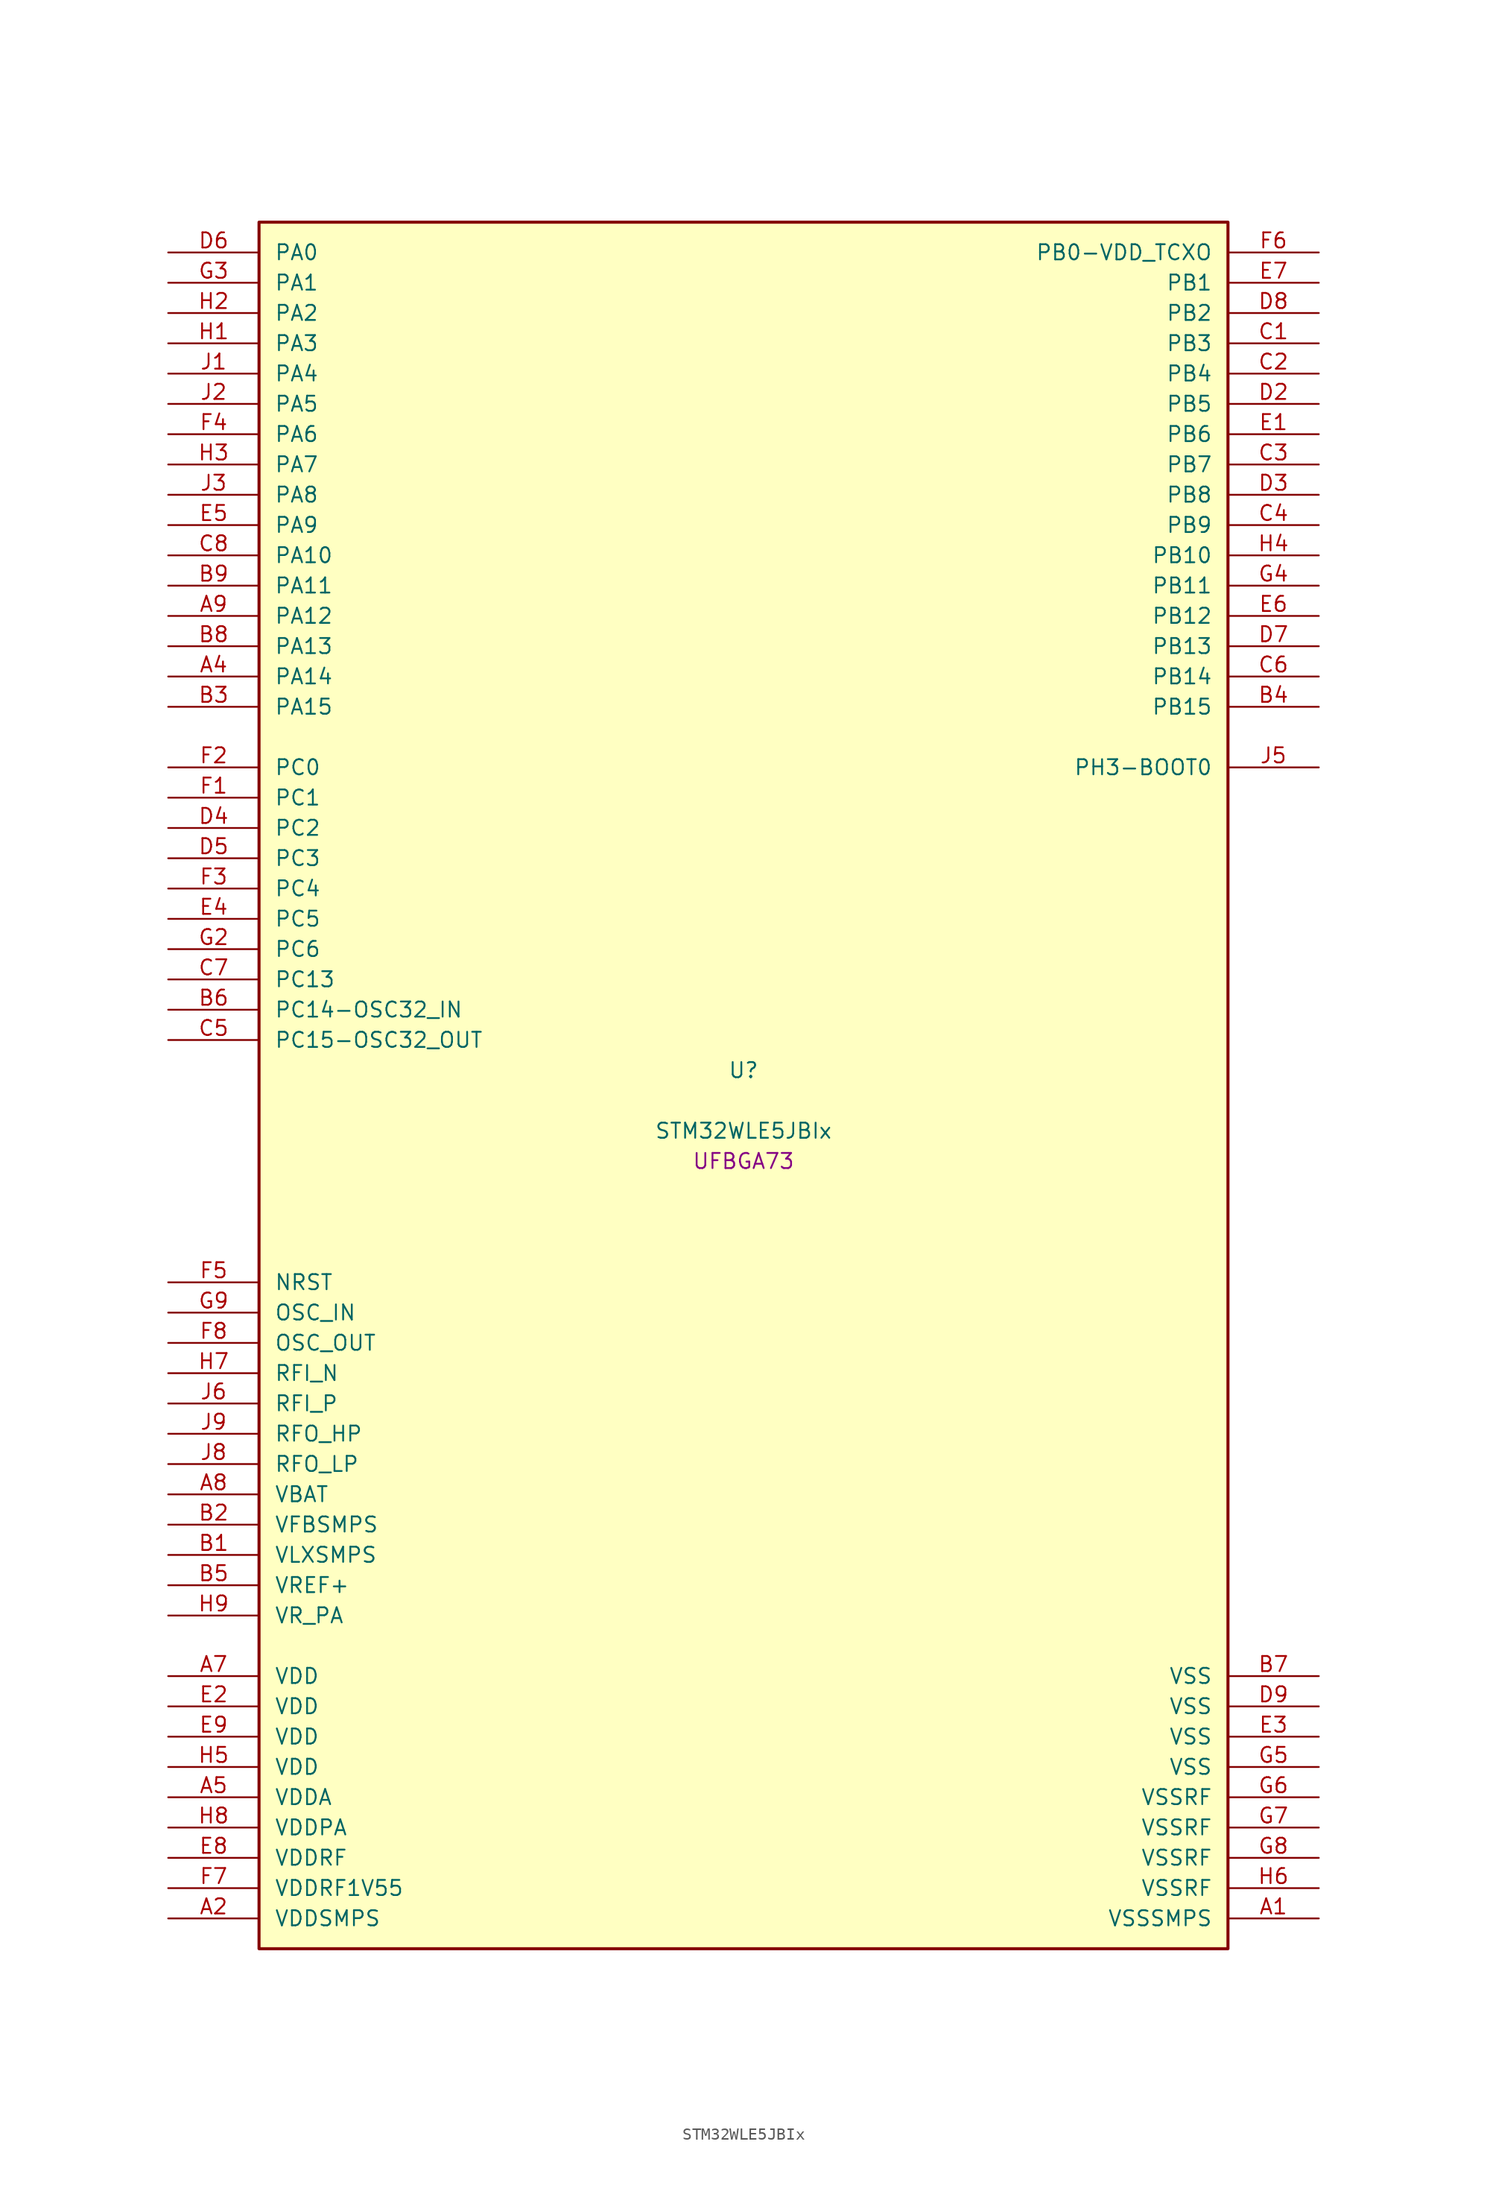
<source format=kicad_sym>
(kicad_symbol_lib
  (version 20241209)
  (generator "stm32_pkl_generator")
  (generator_version "1.0")
  (symbol "STM32WLE5JBIx"
    (pin_names
      (offset 1.27))
    (property "Reference" "U"
      (at 0 2.54 0))
    (property "Value" "STM32WLE5JBIx"
      (at 0 -2.54 0))
    (property "Footprint" "UFBGA73"
      (at 0 -5.08 0))
    (symbol "STM32WLE5JBIx_1_1"
      (rectangle (start -40.64 73.66) (end 40.64 -71.12) (stroke (width 0.254) (type solid)) (fill (type background)))
      (pin bidirectional line (at -48.26 71.12 0) (length 7.62) (name "PA0") (number "D6") (alternate "PA0/COMP1_OUT" bidirectional line) (alternate "PA0/DEBUG_PWR-REGLP1S" bidirectional line) (alternate "PA0/I2C3_SMBA" bidirectional line) (alternate "PA0/I2S_CKIN" bidirectional line) (alternate "PA0/PWR_WKUP1" bidirectional line) (alternate "PA0/RTC_TAMP_IN2" bidirectional line) (alternate "PA0/TIM2_CH1" bidirectional line) (alternate "PA0/TIM2_ETR" bidirectional line) (alternate "PA0/USART2_CTS" bidirectional line) (alternate "PA0/USART2_NSS" bidirectional line))
      (pin bidirectional line (at -48.26 68.58 0) (length 7.62) (name "PA1") (number "G3") (alternate "PA1/DEBUG_PWR-REGLP2S" bidirectional line) (alternate "PA1/I2C1_SMBA" bidirectional line) (alternate "PA1/LPTIM3_OUT" bidirectional line) (alternate "PA1/LPUART1_RTS" bidirectional line) (alternate "PA1/SPI1_SCK" bidirectional line) (alternate "PA1/TIM2_CH2" bidirectional line) (alternate "PA1/USART2_DE" bidirectional line) (alternate "PA1/USART2_RTS" bidirectional line))
      (pin bidirectional line (at -48.26 66.04 0) (length 7.62) (name "PA2") (number "H2") (alternate "PA2/COMP2_OUT" bidirectional line) (alternate "PA2/DEBUG_PWR-LDORDY" bidirectional line) (alternate "PA2/LPUART1_TX" bidirectional line) (alternate "PA2/RCC_LSCO" bidirectional line) (alternate "PA2/TIM2_CH3" bidirectional line) (alternate "PA2/USART2_TX" bidirectional line))
      (pin bidirectional line (at -48.26 63.5 0) (length 7.62) (name "PA3") (number "H1") (alternate "PA3/I2S2_MCK" bidirectional line) (alternate "PA3/LPUART1_RX" bidirectional line) (alternate "PA3/TIM2_CH4" bidirectional line) (alternate "PA3/USART2_RX" bidirectional line))
      (pin bidirectional line (at -48.26 60.96 0) (length 7.62) (name "PA4") (number "J1") (alternate "PA4/DEBUG_SUBGHZSPI-NSSOUT" bidirectional line) (alternate "PA4/LPTIM1_OUT" bidirectional line) (alternate "PA4/LPTIM2_OUT" bidirectional line) (alternate "PA4/RTC_OUT2" bidirectional line) (alternate "PA4/SPI1_NSS" bidirectional line) (alternate "PA4/USART2_CK" bidirectional line))
      (pin bidirectional line (at -48.26 58.42 0) (length 7.62) (name "PA5") (number "J2") (alternate "PA5/DEBUG_SUBGHZSPI-SCKOUT" bidirectional line) (alternate "PA5/LPTIM2_ETR" bidirectional line) (alternate "PA5/SPI1_SCK" bidirectional line) (alternate "PA5/SPI2_MISO" bidirectional line) (alternate "PA5/TIM2_CH1" bidirectional line) (alternate "PA5/TIM2_ETR" bidirectional line))
      (pin bidirectional line (at -48.26 55.88 0) (length 7.62) (name "PA6") (number "F4") (alternate "PA6/DEBUG_SUBGHZSPI-MISOOUT" bidirectional line) (alternate "PA6/I2C2_SMBA" bidirectional line) (alternate "PA6/LPUART1_CTS" bidirectional line) (alternate "PA6/SPI1_MISO" bidirectional line) (alternate "PA6/TIM16_CH1" bidirectional line) (alternate "PA6/TIM1_BKIN" bidirectional line))
      (pin bidirectional line (at -48.26 53.34 0) (length 7.62) (name "PA7") (number "H3") (alternate "PA7/COMP2_OUT" bidirectional line) (alternate "PA7/DEBUG_SUBGHZSPI-MOSIOUT" bidirectional line) (alternate "PA7/I2C3_SCL" bidirectional line) (alternate "PA7/SPI1_MOSI" bidirectional line) (alternate "PA7/TIM17_CH1" bidirectional line) (alternate "PA7/TIM1_CH1N" bidirectional line))
      (pin bidirectional line (at -48.26 50.8 0) (length 7.62) (name "PA8") (number "J3") (alternate "PA8/I2S2_CK" bidirectional line) (alternate "PA8/LPTIM2_OUT" bidirectional line) (alternate "PA8/RCC_MCO" bidirectional line) (alternate "PA8/SPI2_SCK" bidirectional line) (alternate "PA8/TIM1_CH1" bidirectional line) (alternate "PA8/USART1_CK" bidirectional line))
      (pin bidirectional line (at -48.26 48.26 0) (length 7.62) (name "PA9") (number "E5") (alternate "PA9/DAC_EXTI9" bidirectional line) (alternate "PA9/I2C1_SCL" bidirectional line) (alternate "PA9/I2S2_CK" bidirectional line) (alternate "PA9/I2S2_WS" bidirectional line) (alternate "PA9/SPI2_NSS" bidirectional line) (alternate "PA9/SPI2_SCK" bidirectional line) (alternate "PA9/TIM1_CH2" bidirectional line) (alternate "PA9/USART1_TX" bidirectional line))
      (pin bidirectional line (at -48.26 45.72 0) (length 7.62) (name "PA10") (number "C8") (alternate "PA10/ADC_IN6" bidirectional line) (alternate "PA10/COMP1_INM" bidirectional line) (alternate "PA10/COMP2_INM" bidirectional line) (alternate "PA10/DAC_OUT1" bidirectional line) (alternate "PA10/DEBUG_RF-HSE32RDY" bidirectional line) (alternate "PA10/I2C1_SDA" bidirectional line) (alternate "PA10/I2S2_SD" bidirectional line) (alternate "PA10/RTC_REFIN" bidirectional line) (alternate "PA10/SPI2_MOSI" bidirectional line) (alternate "PA10/TIM17_BKIN" bidirectional line) (alternate "PA10/TIM1_CH3" bidirectional line) (alternate "PA10/USART1_RX" bidirectional line))
      (pin bidirectional line (at -48.26 43.18 0) (length 7.62) (name "PA11") (number "B9") (alternate "PA11/ADC_EXTI11" bidirectional line) (alternate "PA11/ADC_IN7" bidirectional line) (alternate "PA11/COMP1_INM" bidirectional line) (alternate "PA11/COMP2_INM" bidirectional line) (alternate "PA11/DEBUG_RF-NRESET" bidirectional line) (alternate "PA11/I2C2_SDA" bidirectional line) (alternate "PA11/LPTIM3_ETR" bidirectional line) (alternate "PA11/SPI1_MISO" bidirectional line) (alternate "PA11/TIM1_BKIN2" bidirectional line) (alternate "PA11/TIM1_CH4" bidirectional line) (alternate "PA11/USART1_CTS" bidirectional line) (alternate "PA11/USART1_NSS" bidirectional line))
      (pin bidirectional line (at -48.26 40.64 0) (length 7.62) (name "PA12") (number "A9") (alternate "PA12/ADC_IN8" bidirectional line) (alternate "PA12/DEBUG_RF-BUSY" bidirectional line) (alternate "PA12/I2C2_SCL" bidirectional line) (alternate "PA12/LPTIM3_IN1" bidirectional line) (alternate "PA12/SPI1_MOSI" bidirectional line) (alternate "PA12/TIM1_ETR" bidirectional line) (alternate "PA12/USART1_DE" bidirectional line) (alternate "PA12/USART1_RTS" bidirectional line))
      (pin bidirectional line (at -48.26 38.1 0) (length 7.62) (name "PA13") (number "B8") (alternate "PA13/ADC_IN9" bidirectional line) (alternate "PA13/DEBUG_JTMS-SWDIO" bidirectional line) (alternate "PA13/I2C2_SMBA" bidirectional line) (alternate "PA13/IR_OUT" bidirectional line))
      (pin bidirectional line (at -48.26 35.56 0) (length 7.62) (name "PA14") (number "A4") (alternate "PA14/ADC_IN10" bidirectional line) (alternate "PA14/DEBUG_JTCK-SWCLK" bidirectional line) (alternate "PA14/I2C1_SMBA" bidirectional line) (alternate "PA14/LPTIM1_OUT" bidirectional line))
      (pin bidirectional line (at -48.26 33.02 0) (length 7.62) (name "PA15") (number "B3") (alternate "PA15/ADC_IN11" bidirectional line) (alternate "PA15/COMP1_INM" bidirectional line) (alternate "PA15/COMP2_INP" bidirectional line) (alternate "PA15/DEBUG_JTDI" bidirectional line) (alternate "PA15/I2C2_SDA" bidirectional line) (alternate "PA15/SPI1_NSS" bidirectional line) (alternate "PA15/TIM2_CH1" bidirectional line) (alternate "PA15/TIM2_ETR" bidirectional line))
      (pin bidirectional line (at 48.26 71.12 180) (length 7.62) (name "PB0-VDD_TCXO") (number "F6") (alternate "PB0-VDD_TCXO/COMP1_OUT" bidirectional line) (alternate "PB0-VDD_TCXO/VDDTCXO" bidirectional line))
      (pin bidirectional line (at 48.26 68.58 180) (length 7.62) (name "PB1") (number "E7") (alternate "PB1/ADC_IN5" bidirectional line) (alternate "PB1/COMP2_INP" bidirectional line) (alternate "PB1/LPTIM2_IN1" bidirectional line) (alternate "PB1/LPUART1_DE" bidirectional line) (alternate "PB1/LPUART1_RTS" bidirectional line))
      (pin bidirectional line (at 48.26 66.04 180) (length 7.62) (name "PB2") (number "D8") (alternate "PB2/ADC_IN4" bidirectional line) (alternate "PB2/COMP1_INP" bidirectional line) (alternate "PB2/COMP2_INM" bidirectional line) (alternate "PB2/DEBUG_RF-SMPSRDY" bidirectional line) (alternate "PB2/I2C3_SMBA" bidirectional line) (alternate "PB2/LPTIM1_OUT" bidirectional line) (alternate "PB2/SPI1_NSS" bidirectional line))
      (pin bidirectional line (at 48.26 63.5 180) (length 7.62) (name "PB3") (number "C1") (alternate "PB3/ADC_IN2" bidirectional line) (alternate "PB3/COMP1_INM" bidirectional line) (alternate "PB3/COMP2_INM" bidirectional line) (alternate "PB3/DEBUG_JTDO-SWO" bidirectional line) (alternate "PB3/DEBUG_RF-DTB1" bidirectional line) (alternate "PB3/PWR_WKUP3" bidirectional line) (alternate "PB3/RTC_TAMP_IN3" bidirectional line) (alternate "PB3/SPI1_SCK" bidirectional line) (alternate "PB3/TIM2_CH2" bidirectional line) (alternate "PB3/USART1_DE" bidirectional line) (alternate "PB3/USART1_RTS" bidirectional line))
      (pin bidirectional line (at 48.26 60.96 180) (length 7.62) (name "PB4") (number "C2") (alternate "PB4/ADC_IN3" bidirectional line) (alternate "PB4/COMP1_INP" bidirectional line) (alternate "PB4/COMP2_INP" bidirectional line) (alternate "PB4/DEBUG_JTRST" bidirectional line) (alternate "PB4/DEBUG_RF-LDORDY" bidirectional line) (alternate "PB4/I2C3_SDA" bidirectional line) (alternate "PB4/SPI1_MISO" bidirectional line) (alternate "PB4/TIM17_BKIN" bidirectional line) (alternate "PB4/USART1_CTS" bidirectional line) (alternate "PB4/USART1_NSS" bidirectional line))
      (pin bidirectional line (at 48.26 58.42 180) (length 7.62) (name "PB5") (number "D2") (alternate "PB5/COMP2_OUT" bidirectional line) (alternate "PB5/I2C1_SMBA" bidirectional line) (alternate "PB5/LPTIM1_IN1" bidirectional line) (alternate "PB5/SPI1_MOSI" bidirectional line) (alternate "PB5/TIM16_BKIN" bidirectional line) (alternate "PB5/USART1_CK" bidirectional line))
      (pin bidirectional line (at 48.26 55.88 180) (length 7.62) (name "PB6") (number "E1") (alternate "PB6/I2C1_SCL" bidirectional line) (alternate "PB6/LPTIM1_ETR" bidirectional line) (alternate "PB6/TIM16_CH1N" bidirectional line) (alternate "PB6/USART1_TX" bidirectional line))
      (pin bidirectional line (at 48.26 53.34 180) (length 7.62) (name "PB7") (number "C3") (alternate "PB7/I2C1_SDA" bidirectional line) (alternate "PB7/LPTIM1_IN2" bidirectional line) (alternate "PB7/PWR_PVD_IN" bidirectional line) (alternate "PB7/TIM17_CH1N" bidirectional line) (alternate "PB7/TIM1_BKIN" bidirectional line) (alternate "PB7/USART1_RX" bidirectional line))
      (pin bidirectional line (at 48.26 50.8 180) (length 7.62) (name "PB8") (number "D3") (alternate "PB8/I2C1_SCL" bidirectional line) (alternate "PB8/TIM16_CH1" bidirectional line) (alternate "PB8/TIM1_CH2N" bidirectional line))
      (pin bidirectional line (at 48.26 48.26 180) (length 7.62) (name "PB9") (number "C4") (alternate "PB9/DAC_EXTI9" bidirectional line) (alternate "PB9/I2C1_SDA" bidirectional line) (alternate "PB9/I2S2_WS" bidirectional line) (alternate "PB9/IR_OUT" bidirectional line) (alternate "PB9/SPI2_NSS" bidirectional line) (alternate "PB9/TIM17_CH1" bidirectional line) (alternate "PB9/TIM1_CH3N" bidirectional line))
      (pin bidirectional line (at 48.26 45.72 180) (length 7.62) (name "PB10") (number "H4") (alternate "PB10/COMP1_OUT" bidirectional line) (alternate "PB10/I2C3_SCL" bidirectional line) (alternate "PB10/I2S2_CK" bidirectional line) (alternate "PB10/LPUART1_RX" bidirectional line) (alternate "PB10/SPI2_SCK" bidirectional line) (alternate "PB10/TIM2_CH3" bidirectional line))
      (pin bidirectional line (at 48.26 43.18 180) (length 7.62) (name "PB11") (number "G4") (alternate "PB11/ADC_EXTI11" bidirectional line) (alternate "PB11/COMP2_OUT" bidirectional line) (alternate "PB11/I2C3_SDA" bidirectional line) (alternate "PB11/LPUART1_TX" bidirectional line) (alternate "PB11/TIM2_CH4" bidirectional line))
      (pin bidirectional line (at 48.26 40.64 180) (length 7.62) (name "PB12") (number "E6") (alternate "PB12/I2C3_SMBA" bidirectional line) (alternate "PB12/I2S2_WS" bidirectional line) (alternate "PB12/LPUART1_RTS" bidirectional line) (alternate "PB12/SPI2_NSS" bidirectional line) (alternate "PB12/TIM1_BKIN" bidirectional line))
      (pin bidirectional line (at 48.26 38.1 180) (length 7.62) (name "PB13") (number "D7") (alternate "PB13/ADC_IN0" bidirectional line) (alternate "PB13/I2C3_SCL" bidirectional line) (alternate "PB13/I2S2_CK" bidirectional line) (alternate "PB13/LPUART1_CTS" bidirectional line) (alternate "PB13/SPI2_SCK" bidirectional line) (alternate "PB13/TIM1_CH1N" bidirectional line))
      (pin bidirectional line (at 48.26 35.56 180) (length 7.62) (name "PB14") (number "C6") (alternate "PB14/ADC_IN1" bidirectional line) (alternate "PB14/I2C3_SDA" bidirectional line) (alternate "PB14/I2S2_MCK" bidirectional line) (alternate "PB14/SPI2_MISO" bidirectional line) (alternate "PB14/TIM1_CH2N" bidirectional line))
      (pin bidirectional line (at 48.26 33.02 180) (length 7.62) (name "PB15") (number "B4") (alternate "PB15/I2C2_SCL" bidirectional line) (alternate "PB15/I2S2_SD" bidirectional line) (alternate "PB15/SPI2_MOSI" bidirectional line) (alternate "PB15/TIM1_CH3N" bidirectional line))
      (pin bidirectional line (at -48.26 27.94 0) (length 7.62) (name "PC0") (number "F2") (alternate "PC0/I2C3_SCL" bidirectional line) (alternate "PC0/LPTIM1_IN1" bidirectional line) (alternate "PC0/LPTIM2_IN1" bidirectional line) (alternate "PC0/LPUART1_RX" bidirectional line))
      (pin bidirectional line (at -48.26 25.4 0) (length 7.62) (name "PC1") (number "F1") (alternate "PC1/I2C3_SDA" bidirectional line) (alternate "PC1/I2S2_SD" bidirectional line) (alternate "PC1/LPTIM1_OUT" bidirectional line) (alternate "PC1/LPUART1_TX" bidirectional line) (alternate "PC1/SPI2_MOSI" bidirectional line))
      (pin bidirectional line (at -48.26 22.86 0) (length 7.62) (name "PC2") (number "D4") (alternate "PC2/LPTIM1_IN2" bidirectional line) (alternate "PC2/SPI2_MISO" bidirectional line))
      (pin bidirectional line (at -48.26 20.32 0) (length 7.62) (name "PC3") (number "D5") (alternate "PC3/I2S2_SD" bidirectional line) (alternate "PC3/LPTIM1_ETR" bidirectional line) (alternate "PC3/LPTIM2_ETR" bidirectional line) (alternate "PC3/SPI2_MOSI" bidirectional line))
      (pin bidirectional line (at -48.26 17.78 0) (length 7.62) (name "PC4") (number "F3"))
      (pin bidirectional line (at -48.26 15.24 0) (length 7.62) (name "PC5") (number "E4"))
      (pin bidirectional line (at -48.26 12.7 0) (length 7.62) (name "PC6") (number "G2") (alternate "PC6/I2S2_MCK" bidirectional line))
      (pin bidirectional line (at -48.26 10.16 0) (length 7.62) (name "PC13") (number "C7") (alternate "PC13/PWR_WKUP2" bidirectional line) (alternate "PC13/RTC_OUT1" bidirectional line) (alternate "PC13/RTC_TAMP_IN1" bidirectional line) (alternate "PC13/RTC_TS" bidirectional line))
      (pin bidirectional line (at -48.26 7.62 0) (length 7.62) (name "PC14-OSC32_IN") (number "B6") (alternate "PC14-OSC32_IN/RCC_OSC32_IN" bidirectional line))
      (pin bidirectional line (at -48.26 5.08 0) (length 7.62) (name "PC15-OSC32_OUT") (number "C5") (alternate "PC15-OSC32_OUT/RCC_OSC32_OUT" bidirectional line))
      (pin bidirectional line (at 48.26 27.94 180) (length 7.62) (name "PH3-BOOT0") (number "J5"))
      (pin input line (at -48.26 -15.24 0) (length 7.62) (name "NRST") (number "F5"))
      (pin bidirectional line (at -48.26 -17.78 0) (length 7.62) (name "OSC_IN") (number "G9") (alternate "OSC_IN/RCC_OSC_IN" bidirectional line))
      (pin bidirectional line (at -48.26 -20.32 0) (length 7.62) (name "OSC_OUT") (number "F8") (alternate "OSC_OUT/RCC_OSC_OUT" bidirectional line))
      (pin bidirectional line (at -48.26 -22.86 0) (length 7.62) (name "RFI_N") (number "H7"))
      (pin bidirectional line (at -48.26 -25.4 0) (length 7.62) (name "RFI_P") (number "J6"))
      (pin bidirectional line (at -48.26 -27.94 0) (length 7.62) (name "RFO_HP") (number "J9"))
      (pin bidirectional line (at -48.26 -30.48 0) (length 7.62) (name "RFO_LP") (number "J8"))
      (pin power_in line (at -48.26 -33.02 0) (length 7.62) (name "VBAT") (number "A8"))
      (pin power_in line (at -48.26 -35.56 0) (length 7.62) (name "VFBSMPS") (number "B2"))
      (pin power_in line (at -48.26 -38.1 0) (length 7.62) (name "VLXSMPS") (number "B1"))
      (pin bidirectional line (at -48.26 -40.64 0) (length 7.62) (name "VREF+") (number "B5") (alternate "VREF+/VREFBUF_OUT" bidirectional line))
      (pin power_in line (at -48.26 -43.18 0) (length 7.62) (name "VR_PA") (number "H9"))
      (pin power_in line (at -48.26 -48.26 0) (length 7.62) (name "VDD") (number "A7"))
      (pin power_in line (at -48.26 -50.8 0) (length 7.62) (name "VDD") (number "E2"))
      (pin power_in line (at -48.26 -53.34 0) (length 7.62) (name "VDD") (number "E9"))
      (pin power_in line (at -48.26 -55.88 0) (length 7.62) (name "VDD") (number "H5"))
      (pin power_in line (at -48.26 -58.42 0) (length 7.62) (name "VDDA") (number "A5"))
      (pin power_in line (at -48.26 -60.96 0) (length 7.62) (name "VDDPA") (number "H8"))
      (pin power_in line (at -48.26 -63.5 0) (length 7.62) (name "VDDRF") (number "E8"))
      (pin power_in line (at -48.26 -66.04 0) (length 7.62) (name "VDDRF1V55") (number "F7"))
      (pin power_in line (at -48.26 -68.58 0) (length 7.62) (name "VDDSMPS") (number "A2"))
      (pin power_in line (at 48.26 -48.26 180) (length 7.62) (name "VSS") (number "B7"))
      (pin power_in line (at 48.26 -50.8 180) (length 7.62) (name "VSS") (number "D9"))
      (pin power_in line (at 48.26 -53.34 180) (length 7.62) (name "VSS") (number "E3"))
      (pin power_in line (at 48.26 -55.88 180) (length 7.62) (name "VSS") (number "G5"))
      (pin power_in line (at 48.26 -58.42 180) (length 7.62) (name "VSSRF") (number "G6"))
      (pin power_in line (at 48.26 -60.96 180) (length 7.62) (name "VSSRF") (number "G7"))
      (pin power_in line (at 48.26 -63.5 180) (length 7.62) (name "VSSRF") (number "G8"))
      (pin power_in line (at 48.26 -66.04 180) (length 7.62) (name "VSSRF") (number "H6"))
      (pin power_in line (at 48.26 -68.58 180) (length 7.62) (name "VSSSMPS") (number "A1")))))
</source>
